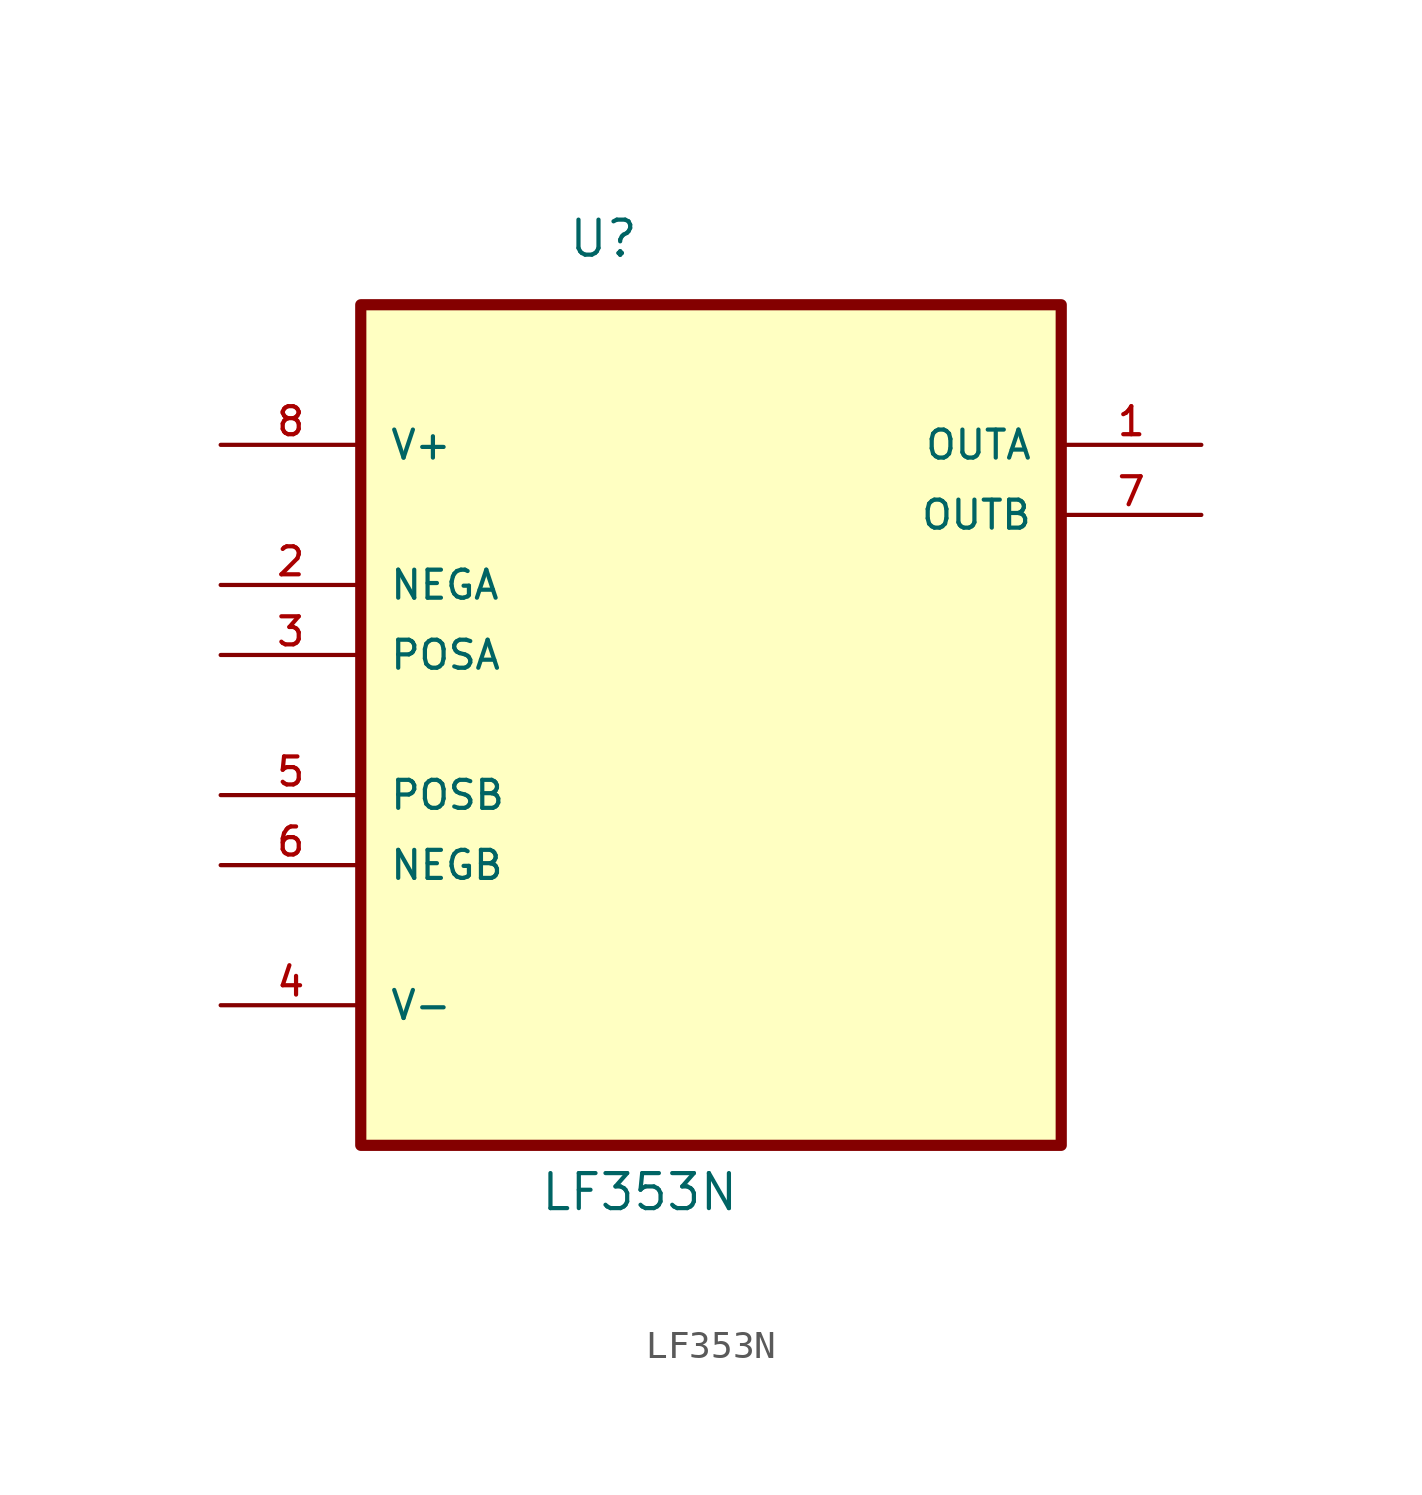
<source format=kicad_sym>
(kicad_symbol_lib
  (version 20211014)
  (generator kicad_symbol_editor)
  (symbol "LF353N"
    (pin_names
      (offset 1.016))
    (property "Reference" "U"
      (at -5.208 14.353 0.0)
      (effects (font (size 1.27 1.27)) (justify bottom left)))
    (property "Value" "LF353N"
      (at -6.224 -20.22 0.0)
      (effects (font (size 1.27 1.27)) (justify bottom left)))
    (symbol "LF353N_0_0"
      (rectangle (start -12.7 -17.78) (end 12.7 12.7) (stroke (width 0.406)) (fill (type background)))
      (pin power_in line (at -17.78 7.62 0) (length 5.08) (name "V+" (effects (font (size 1.016 1.016)))) (number "8" (effects (font (size 1.016 1.016)))))
      (pin input line (at -17.78 2.54 0) (length 5.08) (name "NEGA" (effects (font (size 1.016 1.016)))) (number "2" (effects (font (size 1.016 1.016)))))
      (pin input line (at -17.78 0.0 0) (length 5.08) (name "POSA" (effects (font (size 1.016 1.016)))) (number "3" (effects (font (size 1.016 1.016)))))
      (pin input line (at -17.78 -5.08 0) (length 5.08) (name "POSB" (effects (font (size 1.016 1.016)))) (number "5" (effects (font (size 1.016 1.016)))))
      (pin input line (at -17.78 -7.62 0) (length 5.08) (name "NEGB" (effects (font (size 1.016 1.016)))) (number "6" (effects (font (size 1.016 1.016)))))
      (pin power_in line (at -17.78 -12.7 0) (length 5.08) (name "V-" (effects (font (size 1.016 1.016)))) (number "4" (effects (font (size 1.016 1.016)))))
      (pin output line (at 17.78 7.62 180.0) (length 5.08) (name "OUTA" (effects (font (size 1.016 1.016)))) (number "1" (effects (font (size 1.016 1.016)))))
      (pin output line (at 17.78 5.08 180.0) (length 5.08) (name "OUTB" (effects (font (size 1.016 1.016)))) (number "7" (effects (font (size 1.016 1.016))))))))
</source>
